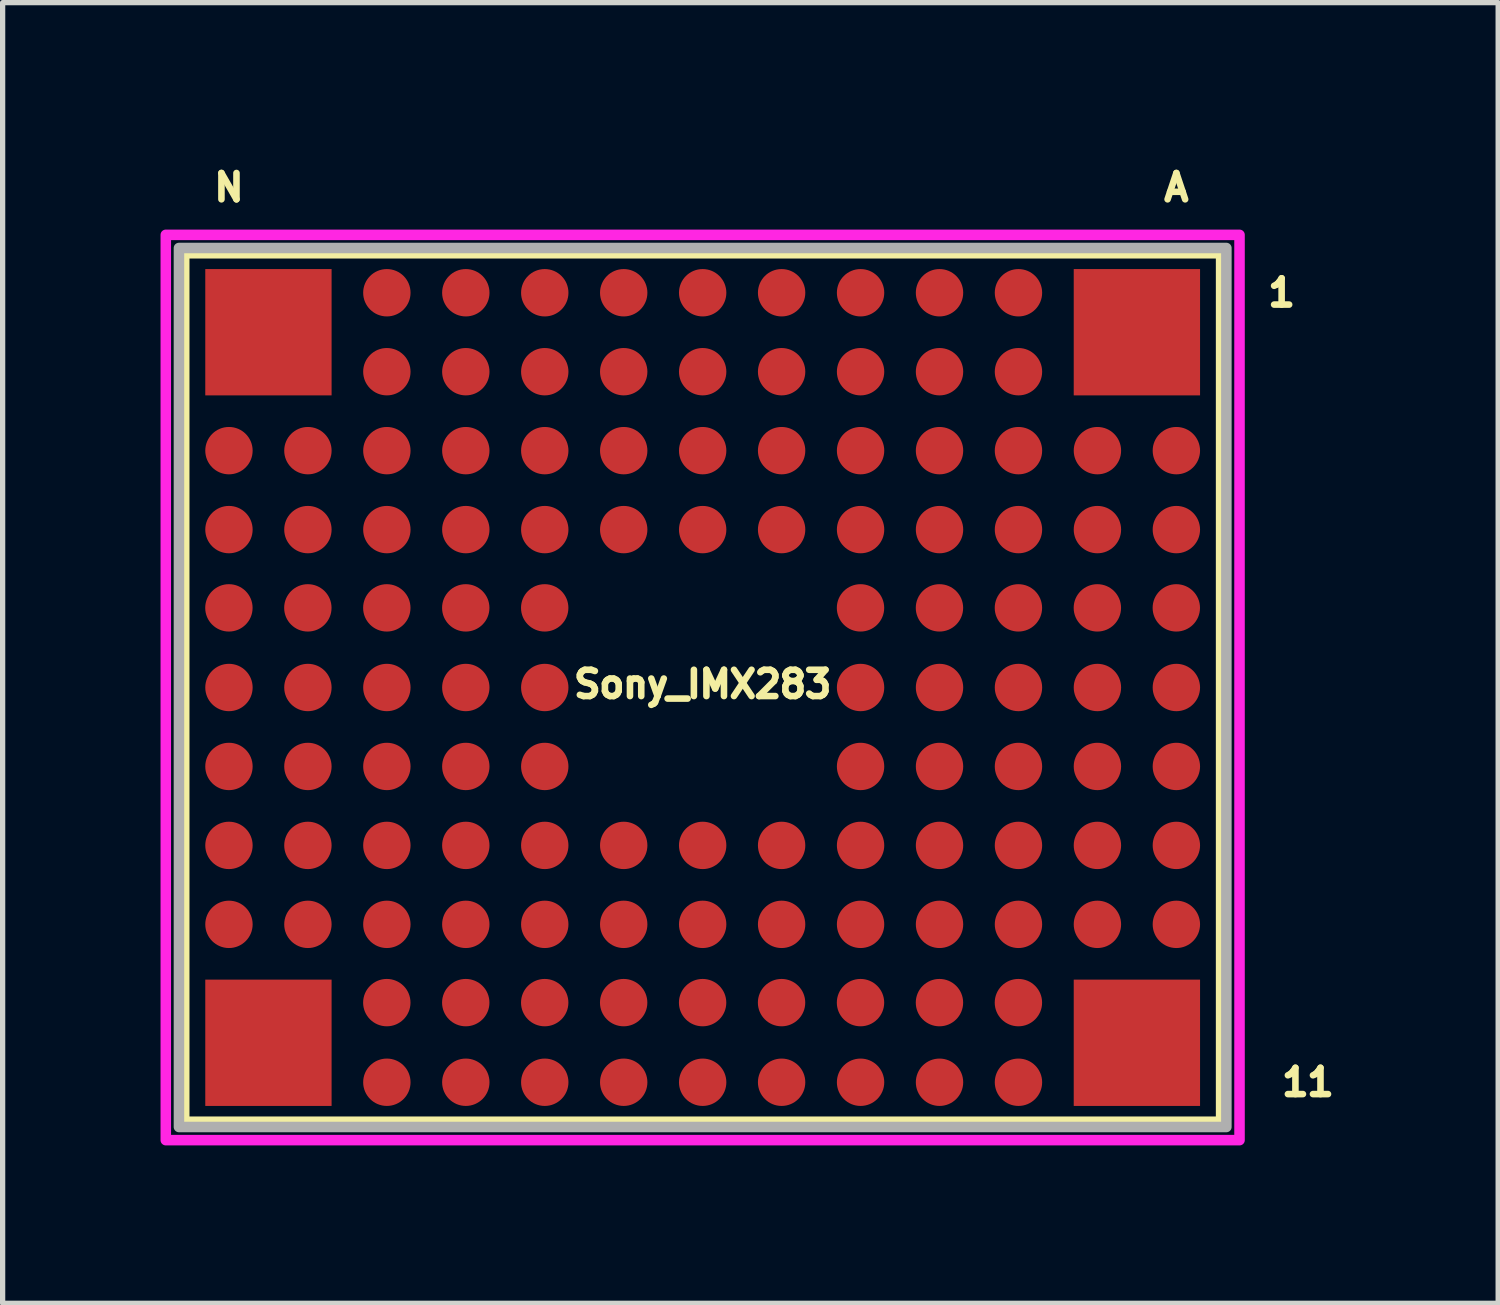
<source format=kicad_pcb>
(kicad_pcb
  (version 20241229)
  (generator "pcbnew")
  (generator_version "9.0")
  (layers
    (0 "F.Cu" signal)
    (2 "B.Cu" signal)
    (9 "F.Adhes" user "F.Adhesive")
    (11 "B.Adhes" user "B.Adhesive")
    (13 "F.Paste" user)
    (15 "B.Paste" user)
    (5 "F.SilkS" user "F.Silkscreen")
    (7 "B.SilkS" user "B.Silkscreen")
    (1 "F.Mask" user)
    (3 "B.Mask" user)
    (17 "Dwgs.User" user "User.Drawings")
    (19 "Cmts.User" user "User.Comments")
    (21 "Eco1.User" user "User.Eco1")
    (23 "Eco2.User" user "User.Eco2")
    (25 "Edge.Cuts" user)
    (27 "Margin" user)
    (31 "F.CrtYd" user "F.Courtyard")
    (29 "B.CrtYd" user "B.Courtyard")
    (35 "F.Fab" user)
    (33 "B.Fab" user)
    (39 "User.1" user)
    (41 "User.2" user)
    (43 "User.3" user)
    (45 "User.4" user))
  (footprint "Sony_IMX283"
    (layer "F.Cu")
    (at 10.3 10.012)
    (property "Reference" "Sony_IMX283" (at 0 -0.062 0) (unlocked yes) (layer "F.SilkS") (effects (font (size 0.5 0.5) (thickness 0.125))))
    (attr smd)
    (fp_rect (start -9.85 -8.25) (end 9.85 8.25) (stroke (width 0.2) (type solid)) (fill no) (layer "F.SilkS"))
    (fp_rect (start -10.2 -8.6) (end 10.2 8.6) (stroke (width 0.2) (type solid)) (fill no) (layer "F.CrtYd"))
    (fp_rect (start -9.95 -8.35) (end 9.95 8.35) (stroke (width 0.2) (type solid)) (fill no) (layer "F.Fab"))
    (fp_text user "1" (at 11 -7.5 0) (unlocked yes) (layer "F.SilkS") (effects (font (size 0.5 0.5) (thickness 0.125))))
    (fp_text user "N" (at -9 -9.5 0) (unlocked yes) (layer "F.SilkS") (effects (font (size 0.5 0.5) (thickness 0.125))))
    (fp_text user "A" (at 9 -9.5 0) (unlocked yes) (layer "F.SilkS") (effects (font (size 0.5 0.5) (thickness 0.125))))
    (fp_text user "11" (at 11.5 7.5 0) (unlocked yes) (layer "F.SilkS") (effects (font (size 0.5 0.5) (thickness 0.125))))
    (pad "A3" smd circle (at 9 -4.5) (size 0.9 0.9) (layers "F.Cu" "F.Mask" "F.Paste"))
    (pad "A4" smd circle (at 9 -3) (size 0.9 0.9) (layers "F.Cu" "F.Mask" "F.Paste"))
    (pad "A5" smd circle (at 8.999 -1.513) (size 0.9 0.9) (layers "F.Cu" "F.Mask" "F.Paste"))
    (pad "A6" smd circle (at 9 0) (size 0.9 0.9) (layers "F.Cu" "F.Mask" "F.Paste"))
    (pad "A7" smd circle (at 9 1.5) (size 0.9 0.9) (layers "F.Cu" "F.Mask" "F.Paste"))
    (pad "A8" smd circle (at 9 3) (size 0.9 0.9) (layers "F.Cu" "F.Mask" "F.Paste"))
    (pad "A9" smd circle (at 9 4.5) (size 0.9 0.9) (layers "F.Cu" "F.Mask" "F.Paste"))
    (pad "B3" smd circle (at 7.5 -4.5) (size 0.9 0.9) (layers "F.Cu" "F.Mask" "F.Paste"))
    (pad "B4" smd circle (at 7.5 -3) (size 0.9 0.9) (layers "F.Cu" "F.Mask" "F.Paste"))
    (pad "B5" smd circle (at 7.499 -1.513) (size 0.9 0.9) (layers "F.Cu" "F.Mask" "F.Paste"))
    (pad "B6" smd circle (at 7.5 0) (size 0.9 0.9) (layers "F.Cu" "F.Mask" "F.Paste"))
    (pad "B7" smd circle (at 7.5 1.5) (size 0.9 0.9) (layers "F.Cu" "F.Mask" "F.Paste"))
    (pad "B8" smd circle (at 7.5 3) (size 0.9 0.9) (layers "F.Cu" "F.Mask" "F.Paste"))
    (pad "B9" smd circle (at 7.5 4.5) (size 0.9 0.9) (layers "F.Cu" "F.Mask" "F.Paste"))
    (pad "C1" smd circle (at 6 -7.5) (size 0.9 0.9) (layers "F.Cu" "F.Mask" "F.Paste"))
    (pad "C2" smd circle (at 6 -6) (size 0.9 0.9) (layers "F.Cu" "F.Mask" "F.Paste"))
    (pad "C3" smd circle (at 6 -4.5) (size 0.9 0.9) (layers "F.Cu" "F.Mask" "F.Paste"))
    (pad "C4" smd circle (at 6 -3) (size 0.9 0.9) (layers "F.Cu" "F.Mask" "F.Paste"))
    (pad "C5" smd circle (at 5.999 -1.513) (size 0.9 0.9) (layers "F.Cu" "F.Mask" "F.Paste"))
    (pad "C6" smd circle (at 6 0) (size 0.9 0.9) (layers "F.Cu" "F.Mask" "F.Paste"))
    (pad "C7" smd circle (at 6 1.5) (size 0.9 0.9) (layers "F.Cu" "F.Mask" "F.Paste"))
    (pad "C8" smd circle (at 6 3) (size 0.9 0.9) (layers "F.Cu" "F.Mask" "F.Paste"))
    (pad "C9" smd circle (at 6 4.5) (size 0.9 0.9) (layers "F.Cu" "F.Mask" "F.Paste"))
    (pad "C10" smd circle (at 5.999 5.987) (size 0.9 0.9) (layers "F.Cu" "F.Mask" "F.Paste"))
    (pad "C11" smd circle (at 6 7.5) (size 0.9 0.9) (layers "F.Cu" "F.Mask" "F.Paste"))
    (pad "D1" smd circle (at 4.5 -7.5) (size 0.9 0.9) (layers "F.Cu" "F.Mask" "F.Paste"))
    (pad "D2" smd circle (at 4.5 -6) (size 0.9 0.9) (layers "F.Cu" "F.Mask" "F.Paste"))
    (pad "D3" smd circle (at 4.5 -4.5) (size 0.9 0.9) (layers "F.Cu" "F.Mask" "F.Paste"))
    (pad "D4" smd circle (at 4.5 -3) (size 0.9 0.9) (layers "F.Cu" "F.Mask" "F.Paste"))
    (pad "D5" smd circle (at 4.499 -1.513) (size 0.9 0.9) (layers "F.Cu" "F.Mask" "F.Paste"))
    (pad "D6" smd circle (at 4.5 0) (size 0.9 0.9) (layers "F.Cu" "F.Mask" "F.Paste"))
    (pad "D7" smd circle (at 4.5 1.5) (size 0.9 0.9) (layers "F.Cu" "F.Mask" "F.Paste"))
    (pad "D8" smd circle (at 4.5 3) (size 0.9 0.9) (layers "F.Cu" "F.Mask" "F.Paste"))
    (pad "D9" smd circle (at 4.5 4.5) (size 0.9 0.9) (layers "F.Cu" "F.Mask" "F.Paste"))
    (pad "D10" smd circle (at 4.499 5.987) (size 0.9 0.9) (layers "F.Cu" "F.Mask" "F.Paste"))
    (pad "D11" smd circle (at 4.5 7.5) (size 0.9 0.9) (layers "F.Cu" "F.Mask" "F.Paste"))
    (pad "E1" smd circle (at 3 -7.5) (size 0.9 0.9) (layers "F.Cu" "F.Mask" "F.Paste"))
    (pad "E2" smd circle (at 3 -6) (size 0.9 0.9) (layers "F.Cu" "F.Mask" "F.Paste"))
    (pad "E3" smd circle (at 3 -4.5) (size 0.9 0.9) (layers "F.Cu" "F.Mask" "F.Paste"))
    (pad "E4" smd circle (at 3 -3) (size 0.9 0.9) (layers "F.Cu" "F.Mask" "F.Paste"))
    (pad "E5" smd circle (at 2.999 -1.513) (size 0.9 0.9) (layers "F.Cu" "F.Mask" "F.Paste"))
    (pad "E6" smd circle (at 3 0) (size 0.9 0.9) (layers "F.Cu" "F.Mask" "F.Paste"))
    (pad "E7" smd circle (at 3 1.5) (size 0.9 0.9) (layers "F.Cu" "F.Mask" "F.Paste"))
    (pad "E8" smd circle (at 3 3) (size 0.9 0.9) (layers "F.Cu" "F.Mask" "F.Paste"))
    (pad "E9" smd circle (at 3 4.5) (size 0.9 0.9) (layers "F.Cu" "F.Mask" "F.Paste"))
    (pad "E10" smd circle (at 2.999 5.987) (size 0.9 0.9) (layers "F.Cu" "F.Mask" "F.Paste"))
    (pad "E11" smd circle (at 3 7.5) (size 0.9 0.9) (layers "F.Cu" "F.Mask" "F.Paste"))
    (pad "F1" smd circle (at 1.5 -7.5) (size 0.9 0.9) (layers "F.Cu" "F.Mask" "F.Paste"))
    (pad "F2" smd circle (at 1.5 -6) (size 0.9 0.9) (layers "F.Cu" "F.Mask" "F.Paste"))
    (pad "F3" smd circle (at 1.5 -4.5) (size 0.9 0.9) (layers "F.Cu" "F.Mask" "F.Paste"))
    (pad "F4" smd circle (at 1.5 -3) (size 0.9 0.9) (layers "F.Cu" "F.Mask" "F.Paste"))
    (pad "F8" smd circle (at 1.5 3) (size 0.9 0.9) (layers "F.Cu" "F.Mask" "F.Paste"))
    (pad "F9" smd circle (at 1.5 4.5) (size 0.9 0.9) (layers "F.Cu" "F.Mask" "F.Paste"))
    (pad "F10" smd circle (at 1.499 5.987) (size 0.9 0.9) (layers "F.Cu" "F.Mask" "F.Paste"))
    (pad "F11" smd circle (at 1.5 7.5) (size 0.9 0.9) (layers "F.Cu" "F.Mask" "F.Paste"))
    (pad "G1" smd circle (at 0 -7.5) (size 0.9 0.9) (layers "F.Cu" "F.Mask" "F.Paste"))
    (pad "G2" smd circle (at 0 -6) (size 0.9 0.9) (layers "F.Cu" "F.Mask" "F.Paste"))
    (pad "G3" smd circle (at 0 -4.5) (size 0.9 0.9) (layers "F.Cu" "F.Mask" "F.Paste"))
    (pad "G4" smd circle (at 0 -3) (size 0.9 0.9) (layers "F.Cu" "F.Mask" "F.Paste"))
    (pad "G8" smd circle (at 0 3) (size 0.9 0.9) (layers "F.Cu" "F.Mask" "F.Paste"))
    (pad "G9" smd circle (at 0 4.5) (size 0.9 0.9) (layers "F.Cu" "F.Mask" "F.Paste"))
    (pad "G10" smd circle (at -0.001 5.987) (size 0.9 0.9) (layers "F.Cu" "F.Mask" "F.Paste"))
    (pad "G11" smd circle (at 0 7.5) (size 0.9 0.9) (layers "F.Cu" "F.Mask" "F.Paste"))
    (pad "H1" smd circle (at -1.5 -7.5) (size 0.9 0.9) (layers "F.Cu" "F.Mask" "F.Paste"))
    (pad "H2" smd circle (at -1.5 -6) (size 0.9 0.9) (layers "F.Cu" "F.Mask" "F.Paste"))
    (pad "H3" smd circle (at -1.5 -4.5) (size 0.9 0.9) (layers "F.Cu" "F.Mask" "F.Paste"))
    (pad "H4" smd circle (at -1.5 -3) (size 0.9 0.9) (layers "F.Cu" "F.Mask" "F.Paste"))
    (pad "H8" smd circle (at -1.5 3) (size 0.9 0.9) (layers "F.Cu" "F.Mask" "F.Paste"))
    (pad "H9" smd circle (at -1.5 4.5) (size 0.9 0.9) (layers "F.Cu" "F.Mask" "F.Paste"))
    (pad "H10" smd circle (at -1.501 5.987) (size 0.9 0.9) (layers "F.Cu" "F.Mask" "F.Paste"))
    (pad "H11" smd circle (at -1.5 7.5) (size 0.9 0.9) (layers "F.Cu" "F.Mask" "F.Paste"))
    (pad "J1" smd circle (at -3 -7.5) (size 0.9 0.9) (layers "F.Cu" "F.Mask" "F.Paste"))
    (pad "J2" smd circle (at -3 -6) (size 0.9 0.9) (layers "F.Cu" "F.Mask" "F.Paste"))
    (pad "J3" smd circle (at -3 -4.5) (size 0.9 0.9) (layers "F.Cu" "F.Mask" "F.Paste"))
    (pad "J4" smd circle (at -3 -3) (size 0.9 0.9) (layers "F.Cu" "F.Mask" "F.Paste"))
    (pad "J5" smd circle (at -3.001 -1.513) (size 0.9 0.9) (layers "F.Cu" "F.Mask" "F.Paste"))
    (pad "J6" smd circle (at -3 0) (size 0.9 0.9) (layers "F.Cu" "F.Mask" "F.Paste"))
    (pad "J7" smd circle (at -3 1.5) (size 0.9 0.9) (layers "F.Cu" "F.Mask" "F.Paste"))
    (pad "J8" smd circle (at -3 3) (size 0.9 0.9) (layers "F.Cu" "F.Mask" "F.Paste"))
    (pad "J9" smd circle (at -3 4.5) (size 0.9 0.9) (layers "F.Cu" "F.Mask" "F.Paste"))
    (pad "J10" smd circle (at -3.001 5.987) (size 0.9 0.9) (layers "F.Cu" "F.Mask" "F.Paste"))
    (pad "J11" smd circle (at -3 7.5) (size 0.9 0.9) (layers "F.Cu" "F.Mask" "F.Paste"))
    (pad "K1" smd circle (at -4.5 -7.5) (size 0.9 0.9) (layers "F.Cu" "F.Mask" "F.Paste"))
    (pad "K2" smd circle (at -4.5 -6) (size 0.9 0.9) (layers "F.Cu" "F.Mask" "F.Paste"))
    (pad "K3" smd circle (at -4.5 -4.5) (size 0.9 0.9) (layers "F.Cu" "F.Mask" "F.Paste"))
    (pad "K4" smd circle (at -4.5 -3) (size 0.9 0.9) (layers "F.Cu" "F.Mask" "F.Paste"))
    (pad "K5" smd circle (at -4.501 -1.513) (size 0.9 0.9) (layers "F.Cu" "F.Mask" "F.Paste"))
    (pad "K6" smd circle (at -4.5 0) (size 0.9 0.9) (layers "F.Cu" "F.Mask" "F.Paste"))
    (pad "K7" smd circle (at -4.5 1.5) (size 0.9 0.9) (layers "F.Cu" "F.Mask" "F.Paste"))
    (pad "K8" smd circle (at -4.5 3) (size 0.9 0.9) (layers "F.Cu" "F.Mask" "F.Paste"))
    (pad "K9" smd circle (at -4.5 4.5) (size 0.9 0.9) (layers "F.Cu" "F.Mask" "F.Paste"))
    (pad "K10" smd circle (at -4.501 5.987) (size 0.9 0.9) (layers "F.Cu" "F.Mask" "F.Paste"))
    (pad "K11" smd circle (at -4.5 7.5) (size 0.9 0.9) (layers "F.Cu" "F.Mask" "F.Paste"))
    (pad "L1" smd circle (at -6 -7.5) (size 0.9 0.9) (layers "F.Cu" "F.Mask" "F.Paste"))
    (pad "L2" smd circle (at -6 -6) (size 0.9 0.9) (layers "F.Cu" "F.Mask" "F.Paste"))
    (pad "L3" smd circle (at -6 -4.5) (size 0.9 0.9) (layers "F.Cu" "F.Mask" "F.Paste"))
    (pad "L4" smd circle (at -6 -3) (size 0.9 0.9) (layers "F.Cu" "F.Mask" "F.Paste"))
    (pad "L5" smd circle (at -6.001 -1.513) (size 0.9 0.9) (layers "F.Cu" "F.Mask" "F.Paste"))
    (pad "L6" smd circle (at -6 0) (size 0.9 0.9) (layers "F.Cu" "F.Mask" "F.Paste"))
    (pad "L7" smd circle (at -6 1.5) (size 0.9 0.9) (layers "F.Cu" "F.Mask" "F.Paste"))
    (pad "L8" smd circle (at -6 3) (size 0.9 0.9) (layers "F.Cu" "F.Mask" "F.Paste"))
    (pad "L9" smd circle (at -6 4.5) (size 0.9 0.9) (layers "F.Cu" "F.Mask" "F.Paste"))
    (pad "L10" smd circle (at -6.001 5.987) (size 0.9 0.9) (layers "F.Cu" "F.Mask" "F.Paste"))
    (pad "L11" smd circle (at -6 7.5) (size 0.9 0.9) (layers "F.Cu" "F.Mask" "F.Paste"))
    (pad "M3" smd circle (at -7.5 -4.5) (size 0.9 0.9) (layers "F.Cu" "F.Mask" "F.Paste"))
    (pad "M4" smd circle (at -7.5 -3) (size 0.9 0.9) (layers "F.Cu" "F.Mask" "F.Paste"))
    (pad "M5" smd circle (at -7.501 -1.513) (size 0.9 0.9) (layers "F.Cu" "F.Mask" "F.Paste"))
    (pad "M6" smd circle (at -7.5 0) (size 0.9 0.9) (layers "F.Cu" "F.Mask" "F.Paste"))
    (pad "M7" smd circle (at -7.5 1.5) (size 0.9 0.9) (layers "F.Cu" "F.Mask" "F.Paste"))
    (pad "M8" smd circle (at -7.5 3) (size 0.9 0.9) (layers "F.Cu" "F.Mask" "F.Paste"))
    (pad "M9" smd circle (at -7.5 4.5) (size 0.9 0.9) (layers "F.Cu" "F.Mask" "F.Paste"))
    (pad "N3" smd circle (at -9 -4.5) (size 0.9 0.9) (layers "F.Cu" "F.Mask" "F.Paste"))
    (pad "N4" smd circle (at -9 -3) (size 0.9 0.9) (layers "F.Cu" "F.Mask" "F.Paste"))
    (pad "N5" smd circle (at -9.001 -1.513) (size 0.9 0.9) (layers "F.Cu" "F.Mask" "F.Paste"))
    (pad "N6" smd circle (at -9 0) (size 0.9 0.9) (layers "F.Cu" "F.Mask" "F.Paste"))
    (pad "N7" smd circle (at -9 1.5) (size 0.9 0.9) (layers "F.Cu" "F.Mask" "F.Paste"))
    (pad "N8" smd circle (at -9 3) (size 0.9 0.9) (layers "F.Cu" "F.Mask" "F.Paste"))
    (pad "N9" smd circle (at -9 4.5) (size 0.9 0.9) (layers "F.Cu" "F.Mask" "F.Paste"))
    (pad "NC" smd rect (at -8.25 -6.75) (size 2.4 2.4) (layers "F.Cu" "F.Mask" "F.Paste"))
    (pad "NC" smd rect (at -8.25 6.75) (size 2.4 2.4) (layers "F.Cu" "F.Mask" "F.Paste"))
    (pad "NC" smd rect (at 8.25 -6.75) (size 2.4 2.4) (layers "F.Cu" "F.Mask" "F.Paste"))
    (pad "NC" smd rect (at 8.25 6.75) (size 2.4 2.4) (layers "F.Cu" "F.Mask" "F.Paste")))
  (gr_rect
    (start -3 -3)
    (end 25.414 21.712)
    (stroke (width 0.1) (type default))
    (fill no)
    (layer "Edge.Cuts")))
</source>
